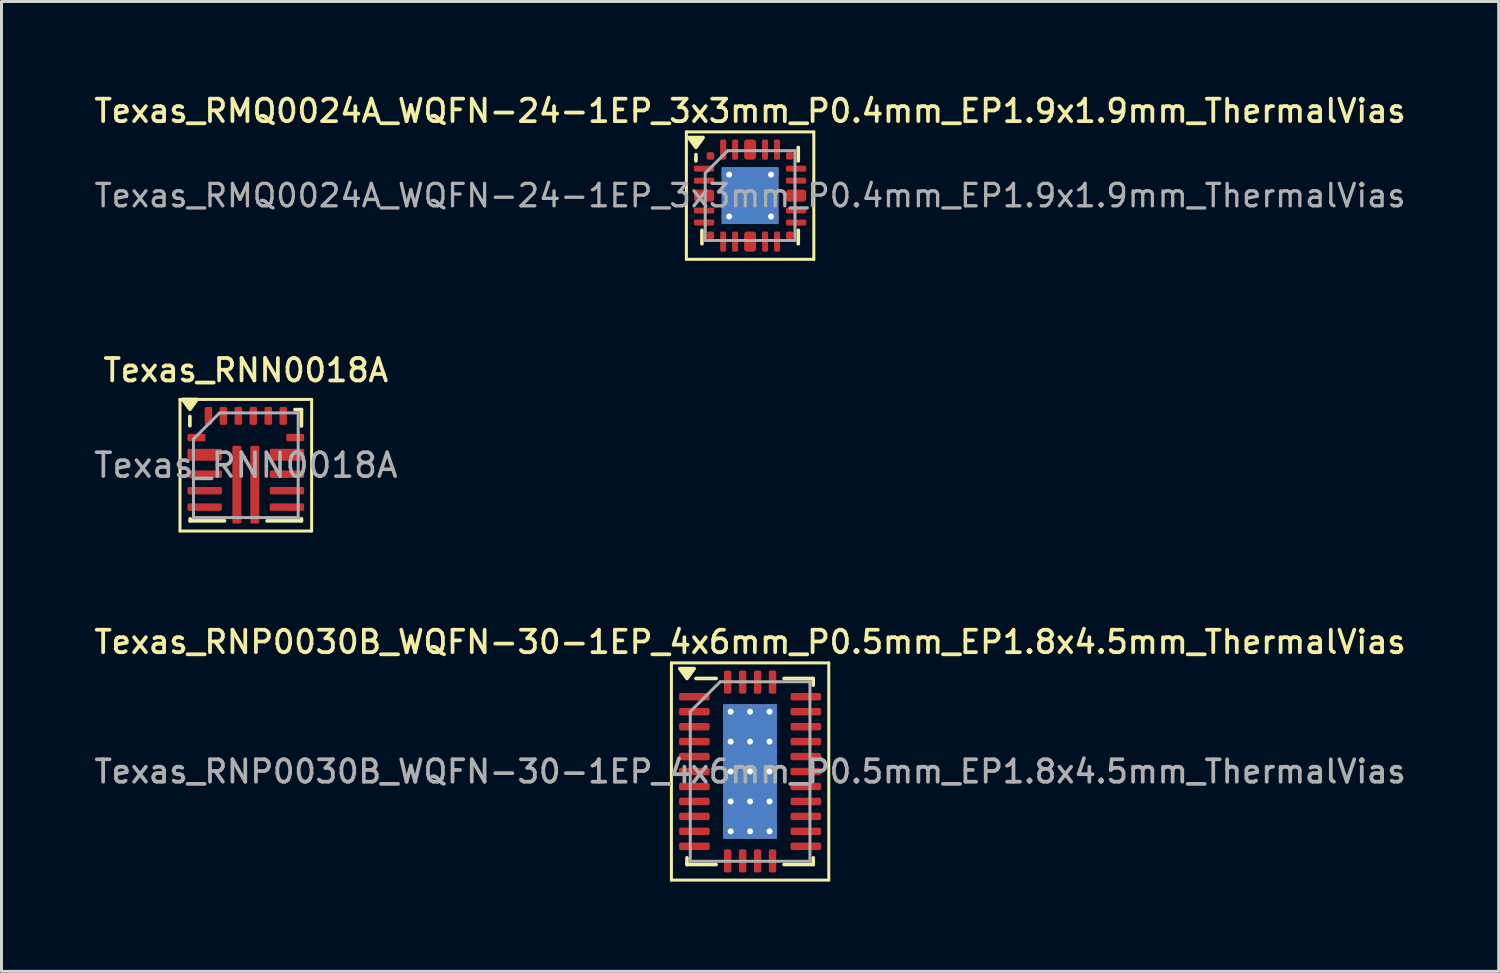
<source format=kicad_pcb>
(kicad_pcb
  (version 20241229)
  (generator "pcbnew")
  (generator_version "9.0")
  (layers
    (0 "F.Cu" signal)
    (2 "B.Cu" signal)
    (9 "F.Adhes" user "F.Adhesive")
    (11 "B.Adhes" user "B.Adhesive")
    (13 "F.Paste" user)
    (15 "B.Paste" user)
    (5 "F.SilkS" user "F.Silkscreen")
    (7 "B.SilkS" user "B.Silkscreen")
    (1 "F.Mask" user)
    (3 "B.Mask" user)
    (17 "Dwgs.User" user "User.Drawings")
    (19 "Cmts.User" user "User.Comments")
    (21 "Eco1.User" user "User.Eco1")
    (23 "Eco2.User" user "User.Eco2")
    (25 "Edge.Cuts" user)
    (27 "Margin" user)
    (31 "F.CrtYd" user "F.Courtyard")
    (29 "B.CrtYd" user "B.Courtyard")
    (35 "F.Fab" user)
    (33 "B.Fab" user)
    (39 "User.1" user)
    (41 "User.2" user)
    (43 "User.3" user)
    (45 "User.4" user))
  (footprint "Texas_RNP0030B_WQFN-30-1EP_4x6mm_P0.5mm_EP1.8x4.5mm_ThermalVias"
    (layer "F.Cu")
    (at 22.023 22.739)
    (property "Reference" "Texas_RNP0030B_WQFN-30-1EP_4x6mm_P0.5mm_EP1.8x4.5mm_ThermalVias" (at 0 -4.33 0) (layer "F.SilkS") (effects (font (size 0.75 0.75) (thickness 0.125))))
    (attr smd)
    (fp_line (start -2.63 -3.63) (end -2.63 3.63) (stroke (width 0.1) (type solid)) (layer "F.SilkS"))
    (fp_line (start -2.63 3.63) (end 2.63 3.63) (stroke (width 0.1) (type solid)) (layer "F.SilkS"))
    (fp_line (start -2.11 3.11) (end -2.11 2.885) (stroke (width 0.12) (type solid)) (layer "F.SilkS"))
    (fp_line (start -1.135 -3.11) (end -1.81 -3.11) (stroke (width 0.12) (type solid)) (layer "F.SilkS"))
    (fp_line (start -1.135 3.11) (end -2.11 3.11) (stroke (width 0.12) (type solid)) (layer "F.SilkS"))
    (fp_line (start 1.135 -3.11) (end 2.11 -3.11) (stroke (width 0.12) (type solid)) (layer "F.SilkS"))
    (fp_line (start 1.135 3.11) (end 2.11 3.11) (stroke (width 0.12) (type solid)) (layer "F.SilkS"))
    (fp_line (start 2.11 -3.11) (end 2.11 -2.885) (stroke (width 0.12) (type solid)) (layer "F.SilkS"))
    (fp_line (start 2.11 3.11) (end 2.11 2.885) (stroke (width 0.12) (type solid)) (layer "F.SilkS"))
    (fp_line (start 2.63 -3.63) (end -2.63 -3.63) (stroke (width 0.1) (type solid)) (layer "F.SilkS"))
    (fp_line (start 2.63 3.63) (end 2.63 -3.63) (stroke (width 0.1) (type solid)) (layer "F.SilkS"))
    (fp_poly (pts (xy -2.11 -3.11) (xy -2.35 -3.44) (xy -1.87 -3.44) (xy -2.11 -3.11)) (stroke (width 0.12) (type solid)) (fill yes) (layer "F.SilkS"))
    (fp_line (start -2 -2) (end -1 -3) (stroke (width 0.1) (type solid)) (layer "F.Fab"))
    (fp_line (start -2 3) (end -2 -2) (stroke (width 0.1) (type solid)) (layer "F.Fab"))
    (fp_line (start -1 -3) (end 2 -3) (stroke (width 0.1) (type solid)) (layer "F.Fab"))
    (fp_line (start 2 -3) (end 2 3) (stroke (width 0.1) (type solid)) (layer "F.Fab"))
    (fp_line (start 2 3) (end -2 3) (stroke (width 0.1) (type solid)) (layer "F.Fab"))
    (fp_text user "${REFERENCE}" (at 0 0 0) (layer "F.Fab") (effects (font (size 0.75 0.75) (thickness 0.125))))
    (pad "" smd roundrect (at -0.45 -1.68) (size 0.78 0.97) (layers "F.Paste") (roundrect_rratio 0.25))
    (pad "" smd roundrect (at -0.45 -0.56) (size 0.78 0.97) (layers "F.Paste") (roundrect_rratio 0.25))
    (pad "" smd roundrect (at -0.45 0.56) (size 0.78 0.97) (layers "F.Paste") (roundrect_rratio 0.25))
    (pad "" smd roundrect (at -0.45 1.68) (size 0.78 0.97) (layers "F.Paste") (roundrect_rratio 0.25))
    (pad "" smd roundrect (at 0.45 -1.68) (size 0.78 0.97) (layers "F.Paste") (roundrect_rratio 0.25))
    (pad "" smd roundrect (at 0.45 -0.56) (size 0.78 0.97) (layers "F.Paste") (roundrect_rratio 0.25))
    (pad "" smd roundrect (at 0.45 0.56) (size 0.78 0.97) (layers "F.Paste") (roundrect_rratio 0.25))
    (pad "" smd roundrect (at 0.45 1.68) (size 0.78 0.97) (layers "F.Paste") (roundrect_rratio 0.25))
    (pad "1" smd roundrect (at -1.863 -2.5) (size 1.025 0.25) (layers "F.Cu" "F.Mask" "F.Paste") (roundrect_rratio 0.25))
    (pad "2" smd roundrect (at -1.863 -2) (size 1.025 0.25) (layers "F.Cu" "F.Mask" "F.Paste") (roundrect_rratio 0.25))
    (pad "3" smd roundrect (at -1.863 -1.5) (size 1.025 0.25) (layers "F.Cu" "F.Mask" "F.Paste") (roundrect_rratio 0.25))
    (pad "4" smd roundrect (at -1.863 -1) (size 1.025 0.25) (layers "F.Cu" "F.Mask" "F.Paste") (roundrect_rratio 0.25))
    (pad "5" smd roundrect (at -1.863 -0.5) (size 1.025 0.25) (layers "F.Cu" "F.Mask" "F.Paste") (roundrect_rratio 0.25))
    (pad "6" smd roundrect (at -1.863 0) (size 1.025 0.25) (layers "F.Cu" "F.Mask" "F.Paste") (roundrect_rratio 0.25))
    (pad "7" smd roundrect (at -1.863 0.5) (size 1.025 0.25) (layers "F.Cu" "F.Mask" "F.Paste") (roundrect_rratio 0.25))
    (pad "8" smd roundrect (at -1.863 1) (size 1.025 0.25) (layers "F.Cu" "F.Mask" "F.Paste") (roundrect_rratio 0.25))
    (pad "9" smd roundrect (at -1.863 1.5) (size 1.025 0.25) (layers "F.Cu" "F.Mask" "F.Paste") (roundrect_rratio 0.25))
    (pad "10" smd roundrect (at -1.863 2) (size 1.025 0.25) (layers "F.Cu" "F.Mask" "F.Paste") (roundrect_rratio 0.25))
    (pad "11" smd roundrect (at -1.863 2.5) (size 1.025 0.25) (layers "F.Cu" "F.Mask" "F.Paste") (roundrect_rratio 0.25))
    (pad "12" smd roundrect (at -0.75 2.987) (size 0.25 0.775) (layers "F.Cu" "F.Mask" "F.Paste") (roundrect_rratio 0.25))
    (pad "13" smd roundrect (at -0.25 2.987) (size 0.25 0.775) (layers "F.Cu" "F.Mask" "F.Paste") (roundrect_rratio 0.25))
    (pad "14" smd roundrect (at 0.25 2.987) (size 0.25 0.775) (layers "F.Cu" "F.Mask" "F.Paste") (roundrect_rratio 0.25))
    (pad "15" smd roundrect (at 0.75 2.987) (size 0.25 0.775) (layers "F.Cu" "F.Mask" "F.Paste") (roundrect_rratio 0.25))
    (pad "16" smd roundrect (at 1.863 2.5) (size 1.025 0.25) (layers "F.Cu" "F.Mask" "F.Paste") (roundrect_rratio 0.25))
    (pad "17" smd roundrect (at 1.863 2) (size 1.025 0.25) (layers "F.Cu" "F.Mask" "F.Paste") (roundrect_rratio 0.25))
    (pad "18" smd roundrect (at 1.863 1.5) (size 1.025 0.25) (layers "F.Cu" "F.Mask" "F.Paste") (roundrect_rratio 0.25))
    (pad "19" smd roundrect (at 1.863 1) (size 1.025 0.25) (layers "F.Cu" "F.Mask" "F.Paste") (roundrect_rratio 0.25))
    (pad "20" smd roundrect (at 1.863 0.5) (size 1.025 0.25) (layers "F.Cu" "F.Mask" "F.Paste") (roundrect_rratio 0.25))
    (pad "21" smd roundrect (at 1.863 0) (size 1.025 0.25) (layers "F.Cu" "F.Mask" "F.Paste") (roundrect_rratio 0.25))
    (pad "22" smd roundrect (at 1.863 -0.5) (size 1.025 0.25) (layers "F.Cu" "F.Mask" "F.Paste") (roundrect_rratio 0.25))
    (pad "23" smd roundrect (at 1.863 -1) (size 1.025 0.25) (layers "F.Cu" "F.Mask" "F.Paste") (roundrect_rratio 0.25))
    (pad "24" smd roundrect (at 1.863 -1.5) (size 1.025 0.25) (layers "F.Cu" "F.Mask" "F.Paste") (roundrect_rratio 0.25))
    (pad "25" smd roundrect (at 1.863 -2) (size 1.025 0.25) (layers "F.Cu" "F.Mask" "F.Paste") (roundrect_rratio 0.25))
    (pad "26" smd roundrect (at 1.863 -2.5) (size 1.025 0.25) (layers "F.Cu" "F.Mask" "F.Paste") (roundrect_rratio 0.25))
    (pad "27" smd roundrect (at 0.75 -2.987) (size 0.25 0.775) (layers "F.Cu" "F.Mask" "F.Paste") (roundrect_rratio 0.25))
    (pad "28" smd roundrect (at 0.25 -2.987) (size 0.25 0.775) (layers "F.Cu" "F.Mask" "F.Paste") (roundrect_rratio 0.25))
    (pad "29" smd roundrect (at -0.25 -2.987) (size 0.25 0.775) (layers "F.Cu" "F.Mask" "F.Paste") (roundrect_rratio 0.25))
    (pad "30" smd roundrect (at -0.75 -2.987) (size 0.25 0.775) (layers "F.Cu" "F.Mask" "F.Paste") (roundrect_rratio 0.25))
    (pad "31" thru_hole circle (at -0.65 -2) (size 0.5 0.5) (drill 0.2) (property pad_prop_heatsink) (layers "*.Cu"))
    (pad "31" thru_hole circle (at -0.65 -1) (size 0.5 0.5) (drill 0.2) (property pad_prop_heatsink) (layers "*.Cu"))
    (pad "31" thru_hole circle (at -0.65 0) (size 0.5 0.5) (drill 0.2) (property pad_prop_heatsink) (layers "*.Cu"))
    (pad "31" thru_hole circle (at -0.65 1) (size 0.5 0.5) (drill 0.2) (property pad_prop_heatsink) (layers "*.Cu"))
    (pad "31" thru_hole circle (at -0.65 2) (size 0.5 0.5) (drill 0.2) (property pad_prop_heatsink) (layers "*.Cu"))
    (pad "31" thru_hole circle (at 0 -2) (size 0.5 0.5) (drill 0.2) (property pad_prop_heatsink) (layers "*.Cu"))
    (pad "31" thru_hole circle (at 0 -1) (size 0.5 0.5) (drill 0.2) (property pad_prop_heatsink) (layers "*.Cu"))
    (pad "31" thru_hole circle (at 0 0) (size 0.5 0.5) (drill 0.2) (property pad_prop_heatsink) (layers "*.Cu"))
    (pad "31" smd rect (at 0 0) (size 1.8 4.5) (property pad_prop_heatsink) (layers "F.Cu" "F.Mask"))
    (pad "31" smd rect (at 0 0) (size 1.8 4.5) (property pad_prop_heatsink) (layers "B.Cu"))
    (pad "31" thru_hole circle (at 0 1) (size 0.5 0.5) (drill 0.2) (property pad_prop_heatsink) (layers "*.Cu"))
    (pad "31" thru_hole circle (at 0 2) (size 0.5 0.5) (drill 0.2) (property pad_prop_heatsink) (layers "*.Cu"))
    (pad "31" thru_hole circle (at 0.65 -2) (size 0.5 0.5) (drill 0.2) (property pad_prop_heatsink) (layers "*.Cu"))
    (pad "31" thru_hole circle (at 0.65 -1) (size 0.5 0.5) (drill 0.2) (property pad_prop_heatsink) (layers "*.Cu"))
    (pad "31" thru_hole circle (at 0.65 0) (size 0.5 0.5) (drill 0.2) (property pad_prop_heatsink) (layers "*.Cu"))
    (pad "31" thru_hole circle (at 0.65 1) (size 0.5 0.5) (drill 0.2) (property pad_prop_heatsink) (layers "*.Cu"))
    (pad "31" thru_hole circle (at 0.65 2) (size 0.5 0.5) (drill 0.2) (property pad_prop_heatsink) (layers "*.Cu")))
  (footprint "Texas_RMQ0024A_WQFN-24-1EP_3x3mm_P0.4mm_EP1.9x1.9mm_ThermalVias"
    (layer "F.Cu")
    (at 22.023 3.488)
    (property "Reference" "Texas_RMQ0024A_WQFN-24-1EP_3x3mm_P0.4mm_EP1.9x1.9mm_ThermalVias" (at 0 -2.83 0) (layer "F.SilkS") (effects (font (size 0.75 0.75) (thickness 0.125))))
    (attr smd)
    (fp_line (start -2.13 -2.13) (end -2.13 2.13) (stroke (width 0.1) (type solid)) (layer "F.SilkS"))
    (fp_line (start -2.13 2.13) (end 2.13 2.13) (stroke (width 0.1) (type solid)) (layer "F.SilkS"))
    (fp_line (start -1.81 -1.16) (end -1.81 -1.37) (stroke (width 0.12) (type solid)) (layer "F.SilkS"))
    (fp_line (start -1.61 1.61) (end -1.61 1.16) (stroke (width 0.12) (type solid)) (layer "F.SilkS"))
    (fp_line (start 1.61 -1.61) (end 1.61 -1.16) (stroke (width 0.12) (type solid)) (layer "F.SilkS"))
    (fp_line (start 1.61 1.61) (end 1.61 1.16) (stroke (width 0.12) (type solid)) (layer "F.SilkS"))
    (fp_line (start 2.13 -2.13) (end -2.13 -2.13) (stroke (width 0.1) (type solid)) (layer "F.SilkS"))
    (fp_line (start 2.13 2.13) (end 2.13 -2.13) (stroke (width 0.1) (type solid)) (layer "F.SilkS"))
    (fp_poly (pts (xy -1.81 -1.61) (xy -2.05 -1.94) (xy -1.57 -1.94) (xy -1.81 -1.61)) (stroke (width 0.12) (type solid)) (fill yes) (layer "F.SilkS"))
    (fp_line (start -1.5 -0.75) (end -0.75 -1.5) (stroke (width 0.1) (type solid)) (layer "F.Fab"))
    (fp_line (start -1.5 1.5) (end -1.5 -0.75) (stroke (width 0.1) (type solid)) (layer "F.Fab"))
    (fp_line (start -0.75 -1.5) (end 1.5 -1.5) (stroke (width 0.1) (type solid)) (layer "F.Fab"))
    (fp_line (start 1.5 -1.5) (end 1.5 1.5) (stroke (width 0.1) (type solid)) (layer "F.Fab"))
    (fp_line (start 1.5 1.5) (end -1.5 1.5) (stroke (width 0.1) (type solid)) (layer "F.Fab"))
    (fp_text user "${REFERENCE}" (at 0 0 0) (layer "F.Fab") (effects (font (size 0.75 0.75) (thickness 0.11))))
    (pad "" smd roundrect (at 0 0) (size 1.71 1.71) (layers "F.Paste") (roundrect_rratio 0.146))
    (pad "1" smd roundrect (at -1.538 -0.9) (size 0.675 0.2) (layers "F.Cu" "F.Mask" "F.Paste") (roundrect_rratio 0.25))
    (pad "2" smd roundrect (at -1.538 -0.5) (size 0.675 0.2) (layers "F.Cu" "F.Mask" "F.Paste") (roundrect_rratio 0.25))
    (pad "3" smd roundrect (at -1.538 0) (size 0.675 0.4) (layers "F.Cu" "F.Mask" "F.Paste") (roundrect_rratio 0.25))
    (pad "4" smd roundrect (at -1.538 0.5) (size 0.675 0.2) (layers "F.Cu" "F.Mask" "F.Paste") (roundrect_rratio 0.25))
    (pad "5" smd roundrect (at -1.538 0.9) (size 0.675 0.2) (layers "F.Cu" "F.Mask" "F.Paste") (roundrect_rratio 0.25))
    (pad "6" smd roundrect (at -1.325 1.325) (size 0.25 0.25) (layers "F.Cu" "F.Mask" "F.Paste") (roundrect_rratio 0.25))
    (pad "7" smd roundrect (at -0.9 1.538) (size 0.2 0.675) (layers "F.Cu" "F.Mask" "F.Paste") (roundrect_rratio 0.25))
    (pad "8" smd roundrect (at -0.5 1.538) (size 0.2 0.675) (layers "F.Cu" "F.Mask" "F.Paste") (roundrect_rratio 0.25))
    (pad "9" smd roundrect (at 0 1.538) (size 0.4 0.675) (layers "F.Cu" "F.Mask" "F.Paste") (roundrect_rratio 0.25))
    (pad "10" smd roundrect (at 0.5 1.538) (size 0.2 0.675) (layers "F.Cu" "F.Mask" "F.Paste") (roundrect_rratio 0.25))
    (pad "11" smd roundrect (at 0.9 1.538) (size 0.2 0.675) (layers "F.Cu" "F.Mask" "F.Paste") (roundrect_rratio 0.25))
    (pad "12" smd roundrect (at 1.325 1.325) (size 0.25 0.25) (layers "F.Cu" "F.Mask" "F.Paste") (roundrect_rratio 0.25))
    (pad "13" smd roundrect (at 1.538 0.9) (size 0.675 0.2) (layers "F.Cu" "F.Mask" "F.Paste") (roundrect_rratio 0.25))
    (pad "14" smd roundrect (at 1.538 0.5) (size 0.675 0.2) (layers "F.Cu" "F.Mask" "F.Paste") (roundrect_rratio 0.25))
    (pad "15" smd roundrect (at 1.538 0) (size 0.675 0.4) (layers "F.Cu" "F.Mask" "F.Paste") (roundrect_rratio 0.25))
    (pad "16" smd roundrect (at 1.538 -0.5) (size 0.675 0.2) (layers "F.Cu" "F.Mask" "F.Paste") (roundrect_rratio 0.25))
    (pad "17" smd roundrect (at 1.538 -0.9) (size 0.675 0.2) (layers "F.Cu" "F.Mask" "F.Paste") (roundrect_rratio 0.25))
    (pad "18" smd roundrect (at 1.325 -1.325) (size 0.25 0.25) (layers "F.Cu" "F.Mask" "F.Paste") (roundrect_rratio 0.25))
    (pad "19" smd roundrect (at 0.9 -1.538) (size 0.2 0.675) (layers "F.Cu" "F.Mask" "F.Paste") (roundrect_rratio 0.25))
    (pad "20" smd roundrect (at 0.5 -1.538) (size 0.2 0.675) (layers "F.Cu" "F.Mask" "F.Paste") (roundrect_rratio 0.25))
    (pad "21" smd roundrect (at 0 -1.538) (size 0.4 0.675) (layers "F.Cu" "F.Mask" "F.Paste") (roundrect_rratio 0.25))
    (pad "22" smd roundrect (at -0.5 -1.538) (size 0.2 0.675) (layers "F.Cu" "F.Mask" "F.Paste") (roundrect_rratio 0.25))
    (pad "23" smd roundrect (at -0.9 -1.538) (size 0.2 0.675) (layers "F.Cu" "F.Mask" "F.Paste") (roundrect_rratio 0.25))
    (pad "24" smd roundrect (at -1.325 -1.325) (size 0.25 0.25) (layers "F.Cu" "F.Mask" "F.Paste") (roundrect_rratio 0.25))
    (pad "25" thru_hole circle (at -0.7 -0.7) (size 0.5 0.5) (drill 0.2) (property pad_prop_heatsink) (layers "*.Cu"))
    (pad "25" thru_hole circle (at -0.7 0.7) (size 0.5 0.5) (drill 0.2) (property pad_prop_heatsink) (layers "*.Cu"))
    (pad "25" smd rect (at 0 0) (size 1.9 1.9) (property pad_prop_heatsink) (layers "F.Cu" "F.Mask"))
    (pad "25" smd rect (at 0 0) (size 1.9 1.9) (property pad_prop_heatsink) (layers "B.Cu"))
    (pad "25" thru_hole circle (at 0.7 -0.7) (size 0.5 0.5) (drill 0.2) (property pad_prop_heatsink) (layers "*.Cu"))
    (pad "25" thru_hole circle (at 0.7 0.7) (size 0.5 0.5) (drill 0.2) (property pad_prop_heatsink) (layers "*.Cu")))
  (footprint "Texas_RNN0018A"
    (layer "F.Cu")
    (at 5.167 12.501)
    (property "Reference" "Texas_RNN0018A" (at 0 -3.175 0) (layer "F.SilkS") (effects (font (size 0.75 0.75) (thickness 0.125))))
    (attr smd)
    (fp_line (start -2.2 -2.2) (end 2.2 -2.2) (stroke (width 0.1) (type solid)) (layer "F.SilkS"))
    (fp_line (start -2.2 2.2) (end -2.2 -2.2) (stroke (width 0.1) (type solid)) (layer "F.SilkS"))
    (fp_line (start -1.87 -1.32) (end -1.87 -1.63) (stroke (width 0.12) (type solid)) (layer "F.SilkS"))
    (fp_line (start -1.86 1.79) (end -1.86 1.86) (stroke (width 0.12) (type solid)) (layer "F.SilkS"))
    (fp_line (start -1.86 1.86) (end -0.71 1.86) (stroke (width 0.12) (type solid)) (layer "F.SilkS"))
    (fp_line (start 1.64 -1.86) (end 1.86 -1.86) (stroke (width 0.12) (type solid)) (layer "F.SilkS"))
    (fp_line (start 1.86 -1.86) (end 1.86 -1.31) (stroke (width 0.12) (type solid)) (layer "F.SilkS"))
    (fp_line (start 1.86 1.79) (end 1.86 1.86) (stroke (width 0.12) (type solid)) (layer "F.SilkS"))
    (fp_line (start 1.86 1.86) (end 0.71 1.86) (stroke (width 0.12) (type solid)) (layer "F.SilkS"))
    (fp_line (start 2.2 -2.2) (end 2.2 2.2) (stroke (width 0.1) (type solid)) (layer "F.SilkS"))
    (fp_line (start 2.2 2.2) (end -2.2 2.2) (stroke (width 0.1) (type solid)) (layer "F.SilkS"))
    (fp_poly (pts (xy -1.87 -1.87) (xy -2.11 -2.2) (xy -1.63 -2.2) (xy -1.87 -1.87)) (stroke (width 0.12) (type solid)) (fill yes) (layer "F.SilkS"))
    (fp_line (start -1.75 1.75) (end -1.75 -0.875) (stroke (width 0.1) (type solid)) (layer "F.Fab"))
    (fp_line (start -0.875 -1.75) (end -1.75 -0.875) (stroke (width 0.1) (type solid)) (layer "F.Fab"))
    (fp_line (start -0.875 -1.75) (end 1.75 -1.75) (stroke (width 0.1) (type solid)) (layer "F.Fab"))
    (fp_line (start 1.75 -1.75) (end 1.75 1.75) (stroke (width 0.1) (type solid)) (layer "F.Fab"))
    (fp_line (start 1.75 1.75) (end -1.75 1.75) (stroke (width 0.1) (type solid)) (layer "F.Fab"))
    (fp_text user "${REFERENCE}" (at 0 0 0) (layer "F.Fab") (effects (font (size 0.8 0.8) (thickness 0.12))))
    (pad "" smd roundrect (at -1.375 -0.35) (size 1.15 0.36) (layers "F.Paste") (roundrect_rratio 0.139))
    (pad "" smd roundrect (at -0.3 -0.282) (size 0.3 0.733) (layers "F.Paste") (roundrect_rratio 0.167))
    (pad "" smd roundrect (at -0.3 0.651) (size 0.3 0.733) (layers "F.Paste") (roundrect_rratio 0.167))
    (pad "" smd roundrect (at -0.3 1.585) (size 0.3 0.733) (layers "F.Paste") (roundrect_rratio 0.167))
    (pad "" smd roundrect (at 0.3 -0.282) (size 0.3 0.733) (layers "F.Paste") (roundrect_rratio 0.167))
    (pad "" smd roundrect (at 0.3 0.651) (size 0.3 0.733) (layers "F.Paste") (roundrect_rratio 0.167))
    (pad "" smd roundrect (at 0.3 1.585) (size 0.3 0.733) (layers "F.Paste") (roundrect_rratio 0.167))
    (pad "" smd roundrect (at 1.375 -0.35) (size 1.15 0.36) (layers "F.Paste") (roundrect_rratio 0.139))
    (pad "1" smd roundrect (at -1.65 -0.925) (size 0.6 0.25) (layers "F.Cu" "F.Mask" "F.Paste") (roundrect_rratio 0.2))
    (pad "2" smd roundrect (at -1.375 -0.35) (size 1.15 0.4) (layers "F.Cu" "F.Mask") (roundrect_rratio 0.125))
    (pad "3" smd roundrect (at -1.375 0.3) (size 1.15 0.25) (layers "F.Cu" "F.Mask" "F.Paste") (roundrect_rratio 0.2))
    (pad "4" smd roundrect (at -1.375 0.85) (size 1.15 0.25) (layers "F.Cu" "F.Mask" "F.Paste") (roundrect_rratio 0.2))
    (pad "5" smd roundrect (at -1.375 1.4) (size 1.15 0.25) (layers "F.Cu" "F.Mask" "F.Paste") (roundrect_rratio 0.2))
    (pad "6" smd roundrect (at -0.3 0.65) (size 0.3 2.6) (layers "F.Cu" "F.Mask") (roundrect_rratio 0.166))
    (pad "7" smd roundrect (at 0.3 0.65) (size 0.3 2.6) (layers "F.Cu" "F.Mask") (roundrect_rratio 0.166))
    (pad "8" smd roundrect (at 1.375 1.4) (size 1.15 0.25) (layers "F.Cu" "F.Mask" "F.Paste") (roundrect_rratio 0.2))
    (pad "9" smd roundrect (at 1.375 0.85) (size 1.15 0.25) (layers "F.Cu" "F.Mask" "F.Paste") (roundrect_rratio 0.2))
    (pad "10" smd roundrect (at 1.375 0.3) (size 1.15 0.25) (layers "F.Cu" "F.Mask" "F.Paste") (roundrect_rratio 0.2))
    (pad "11" smd roundrect (at 1.375 -0.35) (size 1.15 0.4) (layers "F.Cu" "F.Mask") (roundrect_rratio 0.125))
    (pad "12" smd roundrect (at 1.65 -0.925) (size 0.6 0.25) (layers "F.Cu" "F.Mask" "F.Paste") (roundrect_rratio 0.2))
    (pad "13" smd roundrect (at 1.25 -1.65) (size 0.25 0.6) (layers "F.Cu" "F.Mask" "F.Paste") (roundrect_rratio 0.2))
    (pad "14" smd roundrect (at 0.75 -1.65) (size 0.25 0.6) (layers "F.Cu" "F.Mask" "F.Paste") (roundrect_rratio 0.2))
    (pad "15" smd roundrect (at 0.25 -1.65) (size 0.25 0.6) (layers "F.Cu" "F.Mask" "F.Paste") (roundrect_rratio 0.2))
    (pad "16" smd roundrect (at -0.25 -1.65) (size 0.25 0.6) (layers "F.Cu" "F.Mask" "F.Paste") (roundrect_rratio 0.2))
    (pad "17" smd roundrect (at -0.75 -1.65) (size 0.25 0.6) (layers "F.Cu" "F.Mask" "F.Paste") (roundrect_rratio 0.2))
    (pad "18" smd roundrect (at -1.25 -1.65) (size 0.25 0.6) (layers "F.Cu" "F.Mask" "F.Paste") (roundrect_rratio 0.2)))
  (gr_rect
    (start -3 -3)
    (end 47.046 29.419)
    (stroke (width 0.1) (type default))
    (fill no)
    (layer "Edge.Cuts")))
</source>
